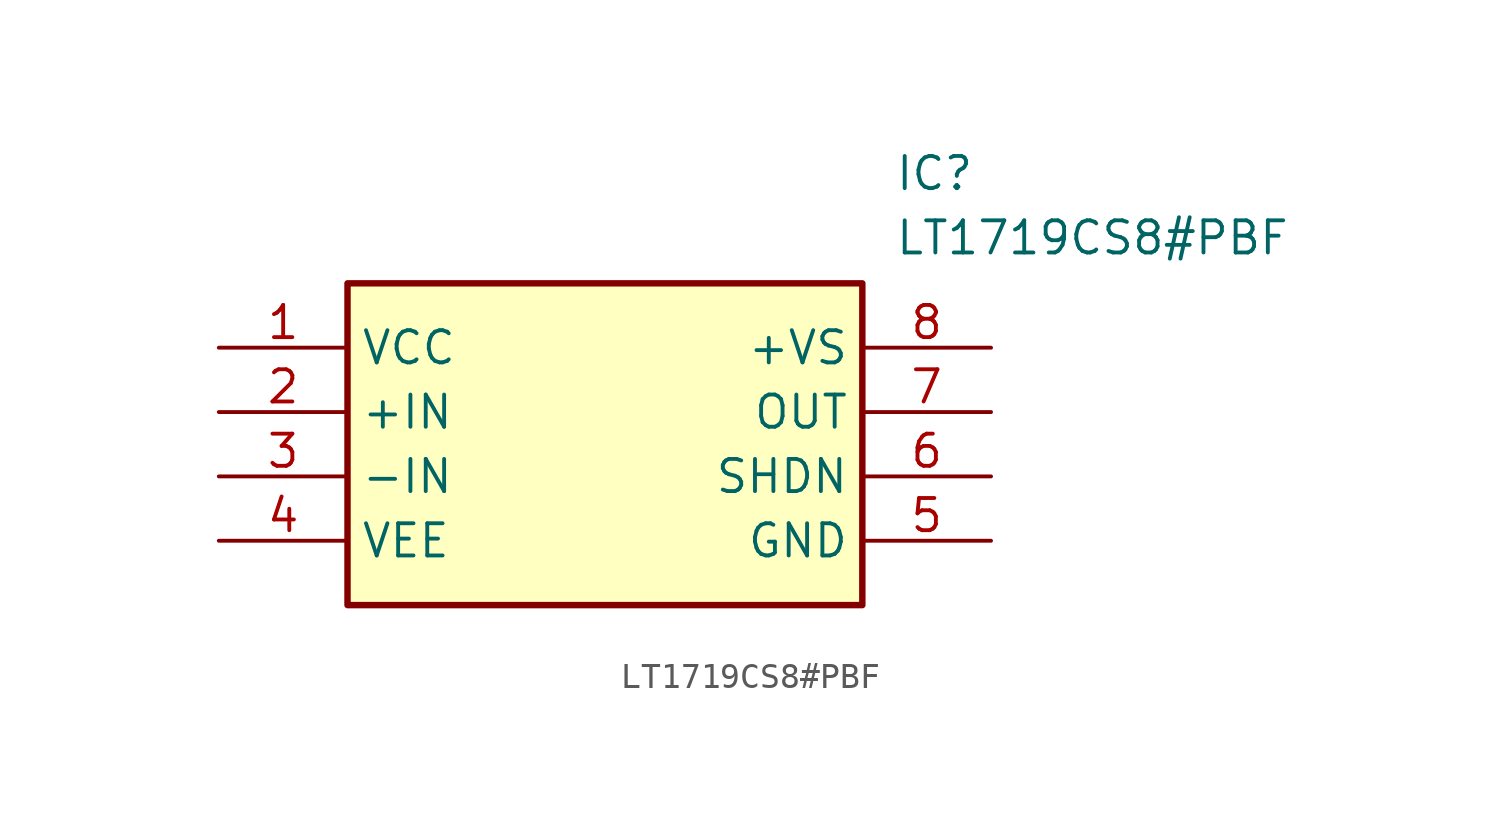
<source format=kicad_sym>
(kicad_symbol_lib
  (version 20211014)
  (generator SamacSys_ECAD_Model)
  (symbol "LT1719CS8#PBF"
    (property "Reference" "IC"
      (at 26.67 7.62 0)
      (effects (font (size 1.27 1.27)) (justify left top)))
    (property "Value" "LT1719CS8#PBF"
      (at 26.67 5.08 0)
      (effects (font (size 1.27 1.27)) (justify left top)))
    (rectangle
      (start 5.08 2.54)
      (end 25.4 -10.16)
      (stroke (width 0.254) (type default))
      (fill (type background)))
    (pin passive line
      (at 0 0 0)
      (length 5.08)
      (name "VCC" (effects (font (size 1.27 1.27))))
      (number "1" (effects (font (size 1.27 1.27)))))
    (pin passive line
      (at 0 -2.54 0)
      (length 5.08)
      (name "+IN" (effects (font (size 1.27 1.27))))
      (number "2" (effects (font (size 1.27 1.27)))))
    (pin passive line
      (at 0 -5.08 0)
      (length 5.08)
      (name "-IN" (effects (font (size 1.27 1.27))))
      (number "3" (effects (font (size 1.27 1.27)))))
    (pin passive line
      (at 0 -7.62 0)
      (length 5.08)
      (name "VEE" (effects (font (size 1.27 1.27))))
      (number "4" (effects (font (size 1.27 1.27)))))
    (pin passive line
      (at 30.48 0 180)
      (length 5.08)
      (name "+VS" (effects (font (size 1.27 1.27))))
      (number "8" (effects (font (size 1.27 1.27)))))
    (pin passive line
      (at 30.48 -2.54 180)
      (length 5.08)
      (name "OUT" (effects (font (size 1.27 1.27))))
      (number "7" (effects (font (size 1.27 1.27)))))
    (pin passive line
      (at 30.48 -5.08 180)
      (length 5.08)
      (name "SHDN" (effects (font (size 1.27 1.27))))
      (number "6" (effects (font (size 1.27 1.27)))))
    (pin passive line
      (at 30.48 -7.62 180)
      (length 5.08)
      (name "GND" (effects (font (size 1.27 1.27))))
      (number "5" (effects (font (size 1.27 1.27)))))))
</source>
